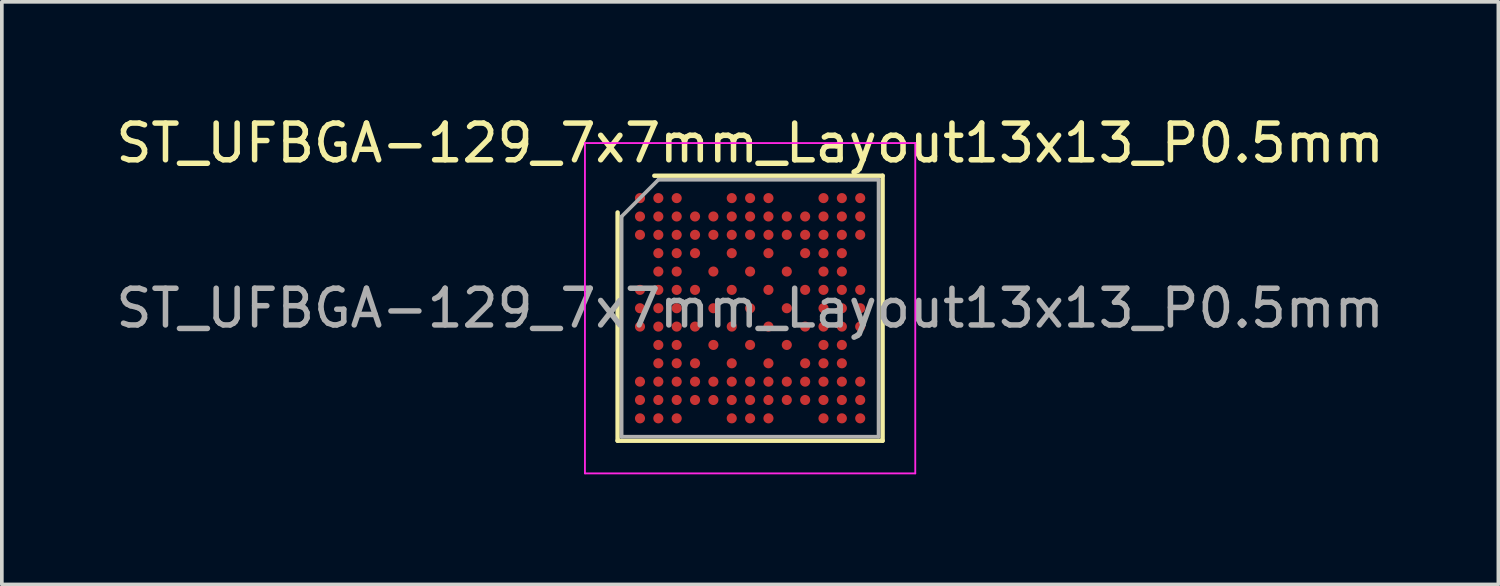
<source format=kicad_pcb>
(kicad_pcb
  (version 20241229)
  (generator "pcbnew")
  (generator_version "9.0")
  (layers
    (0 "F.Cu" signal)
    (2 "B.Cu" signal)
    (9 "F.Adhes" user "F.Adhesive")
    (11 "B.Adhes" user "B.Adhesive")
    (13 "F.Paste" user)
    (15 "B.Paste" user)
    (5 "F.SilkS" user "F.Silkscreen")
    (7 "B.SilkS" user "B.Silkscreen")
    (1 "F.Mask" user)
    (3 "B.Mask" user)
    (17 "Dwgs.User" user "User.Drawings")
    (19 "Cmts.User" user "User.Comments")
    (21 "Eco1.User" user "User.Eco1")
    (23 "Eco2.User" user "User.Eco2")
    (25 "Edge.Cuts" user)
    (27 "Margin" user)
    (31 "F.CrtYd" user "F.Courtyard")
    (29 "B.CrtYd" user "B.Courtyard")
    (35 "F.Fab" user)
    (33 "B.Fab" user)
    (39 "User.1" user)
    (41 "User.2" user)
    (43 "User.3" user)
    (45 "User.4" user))
  (footprint "ST_UFBGA-129_7x7mm_Layout13x13_P0.5mm"
    (layer "F.Cu")
    (at 17.387 5.348)
    (property "Reference" "ST_UFBGA-129_7x7mm_Layout13x13_P0.5mm" (at 0 -4.5 0) (layer "F.SilkS") (effects (font (size 1 1) (thickness 0.15))))
    (attr smd)
    (fp_line (start -3.61 3.61) (end -3.61 -2.61) (stroke (width 0.12) (type solid)) (layer "F.SilkS"))
    (fp_line (start -2.61 -3.61) (end 3.61 -3.61) (stroke (width 0.12) (type solid)) (layer "F.SilkS"))
    (fp_line (start 3.61 -3.61) (end 3.61 3.61) (stroke (width 0.12) (type solid)) (layer "F.SilkS"))
    (fp_line (start 3.61 3.61) (end -3.61 3.61) (stroke (width 0.12) (type solid)) (layer "F.SilkS"))
    (fp_line (start -4.5 -4.5) (end -4.5 4.5) (stroke (width 0.05) (type solid)) (layer "F.CrtYd"))
    (fp_line (start -4.5 4.5) (end 4.5 4.5) (stroke (width 0.05) (type solid)) (layer "F.CrtYd"))
    (fp_line (start 4.5 -4.5) (end -4.5 -4.5) (stroke (width 0.05) (type solid)) (layer "F.CrtYd"))
    (fp_line (start 4.5 4.5) (end 4.5 -4.5) (stroke (width 0.05) (type solid)) (layer "F.CrtYd"))
    (fp_line (start -3.5 -2.5) (end -2.5 -3.5) (stroke (width 0.1) (type solid)) (layer "F.Fab"))
    (fp_line (start -3.5 3.5) (end -3.5 -2.5) (stroke (width 0.1) (type solid)) (layer "F.Fab"))
    (fp_line (start -2.5 -3.5) (end 3.5 -3.5) (stroke (width 0.1) (type solid)) (layer "F.Fab"))
    (fp_line (start 3.5 -3.5) (end 3.5 3.5) (stroke (width 0.1) (type solid)) (layer "F.Fab"))
    (fp_line (start 3.5 3.5) (end -3.5 3.5) (stroke (width 0.1) (type solid)) (layer "F.Fab"))
    (fp_text user "${REFERENCE}" (at 0 0 0) (layer "F.Fab") (effects (font (size 1 1) (thickness 0.15))))
    (pad "A1" smd circle (at -3 -3) (size 0.275 0.275) (layers "F.Cu" "F.Mask" "F.Paste"))
    (pad "A2" smd circle (at -2.5 -3) (size 0.275 0.275) (layers "F.Cu" "F.Mask" "F.Paste"))
    (pad "A3" smd circle (at -2 -3) (size 0.275 0.275) (layers "F.Cu" "F.Mask" "F.Paste"))
    (pad "A6" smd circle (at -0.5 -3) (size 0.275 0.275) (layers "F.Cu" "F.Mask" "F.Paste"))
    (pad "A7" smd circle (at 0 -3) (size 0.275 0.275) (layers "F.Cu" "F.Mask" "F.Paste"))
    (pad "A8" smd circle (at 0.5 -3) (size 0.275 0.275) (layers "F.Cu" "F.Mask" "F.Paste"))
    (pad "A11" smd circle (at 2 -3) (size 0.275 0.275) (layers "F.Cu" "F.Mask" "F.Paste"))
    (pad "A12" smd circle (at 2.5 -3) (size 0.275 0.275) (layers "F.Cu" "F.Mask" "F.Paste"))
    (pad "A13" smd circle (at 3 -3) (size 0.275 0.275) (layers "F.Cu" "F.Mask" "F.Paste"))
    (pad "B1" smd circle (at -3 -2.5) (size 0.275 0.275) (layers "F.Cu" "F.Mask" "F.Paste"))
    (pad "B2" smd circle (at -2.5 -2.5) (size 0.275 0.275) (layers "F.Cu" "F.Mask" "F.Paste"))
    (pad "B3" smd circle (at -2 -2.5) (size 0.275 0.275) (layers "F.Cu" "F.Mask" "F.Paste"))
    (pad "B4" smd circle (at -1.5 -2.5) (size 0.275 0.275) (layers "F.Cu" "F.Mask" "F.Paste"))
    (pad "B5" smd circle (at -1 -2.5) (size 0.275 0.275) (layers "F.Cu" "F.Mask" "F.Paste"))
    (pad "B6" smd circle (at -0.5 -2.5) (size 0.275 0.275) (layers "F.Cu" "F.Mask" "F.Paste"))
    (pad "B7" smd circle (at 0 -2.5) (size 0.275 0.275) (layers "F.Cu" "F.Mask" "F.Paste"))
    (pad "B8" smd circle (at 0.5 -2.5) (size 0.275 0.275) (layers "F.Cu" "F.Mask" "F.Paste"))
    (pad "B9" smd circle (at 1 -2.5) (size 0.275 0.275) (layers "F.Cu" "F.Mask" "F.Paste"))
    (pad "B10" smd circle (at 1.5 -2.5) (size 0.275 0.275) (layers "F.Cu" "F.Mask" "F.Paste"))
    (pad "B11" smd circle (at 2 -2.5) (size 0.275 0.275) (layers "F.Cu" "F.Mask" "F.Paste"))
    (pad "B12" smd circle (at 2.5 -2.5) (size 0.275 0.275) (layers "F.Cu" "F.Mask" "F.Paste"))
    (pad "B13" smd circle (at 3 -2.5) (size 0.275 0.275) (layers "F.Cu" "F.Mask" "F.Paste"))
    (pad "C1" smd circle (at -3 -2) (size 0.275 0.275) (layers "F.Cu" "F.Mask" "F.Paste"))
    (pad "C2" smd circle (at -2.5 -2) (size 0.275 0.275) (layers "F.Cu" "F.Mask" "F.Paste"))
    (pad "C3" smd circle (at -2 -2) (size 0.275 0.275) (layers "F.Cu" "F.Mask" "F.Paste"))
    (pad "C4" smd circle (at -1.5 -2) (size 0.275 0.275) (layers "F.Cu" "F.Mask" "F.Paste"))
    (pad "C5" smd circle (at -1 -2) (size 0.275 0.275) (layers "F.Cu" "F.Mask" "F.Paste"))
    (pad "C6" smd circle (at -0.5 -2) (size 0.275 0.275) (layers "F.Cu" "F.Mask" "F.Paste"))
    (pad "C7" smd circle (at 0 -2) (size 0.275 0.275) (layers "F.Cu" "F.Mask" "F.Paste"))
    (pad "C8" smd circle (at 0.5 -2) (size 0.275 0.275) (layers "F.Cu" "F.Mask" "F.Paste"))
    (pad "C9" smd circle (at 1 -2) (size 0.275 0.275) (layers "F.Cu" "F.Mask" "F.Paste"))
    (pad "C10" smd circle (at 1.5 -2) (size 0.275 0.275) (layers "F.Cu" "F.Mask" "F.Paste"))
    (pad "C11" smd circle (at 2 -2) (size 0.275 0.275) (layers "F.Cu" "F.Mask" "F.Paste"))
    (pad "C12" smd circle (at 2.5 -2) (size 0.275 0.275) (layers "F.Cu" "F.Mask" "F.Paste"))
    (pad "C13" smd circle (at 3 -2) (size 0.275 0.275) (layers "F.Cu" "F.Mask" "F.Paste"))
    (pad "D2" smd circle (at -2.5 -1.5) (size 0.275 0.275) (layers "F.Cu" "F.Mask" "F.Paste"))
    (pad "D3" smd circle (at -2 -1.5) (size 0.275 0.275) (layers "F.Cu" "F.Mask" "F.Paste"))
    (pad "D4" smd circle (at -1.5 -1.5) (size 0.275 0.275) (layers "F.Cu" "F.Mask" "F.Paste"))
    (pad "D6" smd circle (at -0.5 -1.5) (size 0.275 0.275) (layers "F.Cu" "F.Mask" "F.Paste"))
    (pad "D8" smd circle (at 0.5 -1.5) (size 0.275 0.275) (layers "F.Cu" "F.Mask" "F.Paste"))
    (pad "D10" smd circle (at 1.5 -1.5) (size 0.275 0.275) (layers "F.Cu" "F.Mask" "F.Paste"))
    (pad "D11" smd circle (at 2 -1.5) (size 0.275 0.275) (layers "F.Cu" "F.Mask" "F.Paste"))
    (pad "D12" smd circle (at 2.5 -1.5) (size 0.275 0.275) (layers "F.Cu" "F.Mask" "F.Paste"))
    (pad "E2" smd circle (at -2.5 -1) (size 0.275 0.275) (layers "F.Cu" "F.Mask" "F.Paste"))
    (pad "E3" smd circle (at -2 -1) (size 0.275 0.275) (layers "F.Cu" "F.Mask" "F.Paste"))
    (pad "E5" smd circle (at -1 -1) (size 0.275 0.275) (layers "F.Cu" "F.Mask" "F.Paste"))
    (pad "E7" smd circle (at 0 -1) (size 0.275 0.275) (layers "F.Cu" "F.Mask" "F.Paste"))
    (pad "E9" smd circle (at 1 -1) (size 0.275 0.275) (layers "F.Cu" "F.Mask" "F.Paste"))
    (pad "E11" smd circle (at 2 -1) (size 0.275 0.275) (layers "F.Cu" "F.Mask" "F.Paste"))
    (pad "E12" smd circle (at 2.5 -1) (size 0.275 0.275) (layers "F.Cu" "F.Mask" "F.Paste"))
    (pad "F1" smd circle (at -3 -0.5) (size 0.275 0.275) (layers "F.Cu" "F.Mask" "F.Paste"))
    (pad "F2" smd circle (at -2.5 -0.5) (size 0.275 0.275) (layers "F.Cu" "F.Mask" "F.Paste"))
    (pad "F3" smd circle (at -2 -0.5) (size 0.275 0.275) (layers "F.Cu" "F.Mask" "F.Paste"))
    (pad "F4" smd circle (at -1.5 -0.5) (size 0.275 0.275) (layers "F.Cu" "F.Mask" "F.Paste"))
    (pad "F6" smd circle (at -0.5 -0.5) (size 0.275 0.275) (layers "F.Cu" "F.Mask" "F.Paste"))
    (pad "F8" smd circle (at 0.5 -0.5) (size 0.275 0.275) (layers "F.Cu" "F.Mask" "F.Paste"))
    (pad "F10" smd circle (at 1.5 -0.5) (size 0.275 0.275) (layers "F.Cu" "F.Mask" "F.Paste"))
    (pad "F11" smd circle (at 2 -0.5) (size 0.275 0.275) (layers "F.Cu" "F.Mask" "F.Paste"))
    (pad "F12" smd circle (at 2.5 -0.5) (size 0.275 0.275) (layers "F.Cu" "F.Mask" "F.Paste"))
    (pad "F13" smd circle (at 3 -0.5) (size 0.275 0.275) (layers "F.Cu" "F.Mask" "F.Paste"))
    (pad "G1" smd circle (at -3 0) (size 0.275 0.275) (layers "F.Cu" "F.Mask" "F.Paste"))
    (pad "G2" smd circle (at -2.5 0) (size 0.275 0.275) (layers "F.Cu" "F.Mask" "F.Paste"))
    (pad "G3" smd circle (at -2 0) (size 0.275 0.275) (layers "F.Cu" "F.Mask" "F.Paste"))
    (pad "G5" smd circle (at -1 0) (size 0.275 0.275) (layers "F.Cu" "F.Mask" "F.Paste"))
    (pad "G7" smd circle (at 0 0) (size 0.275 0.275) (layers "F.Cu" "F.Mask" "F.Paste"))
    (pad "G9" smd circle (at 1 0) (size 0.275 0.275) (layers "F.Cu" "F.Mask" "F.Paste"))
    (pad "G11" smd circle (at 2 0) (size 0.275 0.275) (layers "F.Cu" "F.Mask" "F.Paste"))
    (pad "G12" smd circle (at 2.5 0) (size 0.275 0.275) (layers "F.Cu" "F.Mask" "F.Paste"))
    (pad "G13" smd circle (at 3 0) (size 0.275 0.275) (layers "F.Cu" "F.Mask" "F.Paste"))
    (pad "H1" smd circle (at -3 0.5) (size 0.275 0.275) (layers "F.Cu" "F.Mask" "F.Paste"))
    (pad "H2" smd circle (at -2.5 0.5) (size 0.275 0.275) (layers "F.Cu" "F.Mask" "F.Paste"))
    (pad "H3" smd circle (at -2 0.5) (size 0.275 0.275) (layers "F.Cu" "F.Mask" "F.Paste"))
    (pad "H4" smd circle (at -1.5 0.5) (size 0.275 0.275) (layers "F.Cu" "F.Mask" "F.Paste"))
    (pad "H6" smd circle (at -0.5 0.5) (size 0.275 0.275) (layers "F.Cu" "F.Mask" "F.Paste"))
    (pad "H8" smd circle (at 0.5 0.5) (size 0.275 0.275) (layers "F.Cu" "F.Mask" "F.Paste"))
    (pad "H10" smd circle (at 1.5 0.5) (size 0.275 0.275) (layers "F.Cu" "F.Mask" "F.Paste"))
    (pad "H11" smd circle (at 2 0.5) (size 0.275 0.275) (layers "F.Cu" "F.Mask" "F.Paste"))
    (pad "H12" smd circle (at 2.5 0.5) (size 0.275 0.275) (layers "F.Cu" "F.Mask" "F.Paste"))
    (pad "H13" smd circle (at 3 0.5) (size 0.275 0.275) (layers "F.Cu" "F.Mask" "F.Paste"))
    (pad "J2" smd circle (at -2.5 1) (size 0.275 0.275) (layers "F.Cu" "F.Mask" "F.Paste"))
    (pad "J3" smd circle (at -2 1) (size 0.275 0.275) (layers "F.Cu" "F.Mask" "F.Paste"))
    (pad "J5" smd circle (at -1 1) (size 0.275 0.275) (layers "F.Cu" "F.Mask" "F.Paste"))
    (pad "J7" smd circle (at 0 1) (size 0.275 0.275) (layers "F.Cu" "F.Mask" "F.Paste"))
    (pad "J9" smd circle (at 1 1) (size 0.275 0.275) (layers "F.Cu" "F.Mask" "F.Paste"))
    (pad "J11" smd circle (at 2 1) (size 0.275 0.275) (layers "F.Cu" "F.Mask" "F.Paste"))
    (pad "J12" smd circle (at 2.5 1) (size 0.275 0.275) (layers "F.Cu" "F.Mask" "F.Paste"))
    (pad "K2" smd circle (at -2.5 1.5) (size 0.275 0.275) (layers "F.Cu" "F.Mask" "F.Paste"))
    (pad "K3" smd circle (at -2 1.5) (size 0.275 0.275) (layers "F.Cu" "F.Mask" "F.Paste"))
    (pad "K4" smd circle (at -1.5 1.5) (size 0.275 0.275) (layers "F.Cu" "F.Mask" "F.Paste"))
    (pad "K6" smd circle (at -0.5 1.5) (size 0.275 0.275) (layers "F.Cu" "F.Mask" "F.Paste"))
    (pad "K8" smd circle (at 0.5 1.5) (size 0.275 0.275) (layers "F.Cu" "F.Mask" "F.Paste"))
    (pad "K10" smd circle (at 1.5 1.5) (size 0.275 0.275) (layers "F.Cu" "F.Mask" "F.Paste"))
    (pad "K11" smd circle (at 2 1.5) (size 0.275 0.275) (layers "F.Cu" "F.Mask" "F.Paste"))
    (pad "K12" smd circle (at 2.5 1.5) (size 0.275 0.275) (layers "F.Cu" "F.Mask" "F.Paste"))
    (pad "L1" smd circle (at -3 2) (size 0.275 0.275) (layers "F.Cu" "F.Mask" "F.Paste"))
    (pad "L2" smd circle (at -2.5 2) (size 0.275 0.275) (layers "F.Cu" "F.Mask" "F.Paste"))
    (pad "L3" smd circle (at -2 2) (size 0.275 0.275) (layers "F.Cu" "F.Mask" "F.Paste"))
    (pad "L4" smd circle (at -1.5 2) (size 0.275 0.275) (layers "F.Cu" "F.Mask" "F.Paste"))
    (pad "L5" smd circle (at -1 2) (size 0.275 0.275) (layers "F.Cu" "F.Mask" "F.Paste"))
    (pad "L6" smd circle (at -0.5 2) (size 0.275 0.275) (layers "F.Cu" "F.Mask" "F.Paste"))
    (pad "L7" smd circle (at 0 2) (size 0.275 0.275) (layers "F.Cu" "F.Mask" "F.Paste"))
    (pad "L8" smd circle (at 0.5 2) (size 0.275 0.275) (layers "F.Cu" "F.Mask" "F.Paste"))
    (pad "L9" smd circle (at 1 2) (size 0.275 0.275) (layers "F.Cu" "F.Mask" "F.Paste"))
    (pad "L10" smd circle (at 1.5 2) (size 0.275 0.275) (layers "F.Cu" "F.Mask" "F.Paste"))
    (pad "L11" smd circle (at 2 2) (size 0.275 0.275) (layers "F.Cu" "F.Mask" "F.Paste"))
    (pad "L12" smd circle (at 2.5 2) (size 0.275 0.275) (layers "F.Cu" "F.Mask" "F.Paste"))
    (pad "L13" smd circle (at 3 2) (size 0.275 0.275) (layers "F.Cu" "F.Mask" "F.Paste"))
    (pad "M1" smd circle (at -3 2.5) (size 0.275 0.275) (layers "F.Cu" "F.Mask" "F.Paste"))
    (pad "M2" smd circle (at -2.5 2.5) (size 0.275 0.275) (layers "F.Cu" "F.Mask" "F.Paste"))
    (pad "M3" smd circle (at -2 2.5) (size 0.275 0.275) (layers "F.Cu" "F.Mask" "F.Paste"))
    (pad "M4" smd circle (at -1.5 2.5) (size 0.275 0.275) (layers "F.Cu" "F.Mask" "F.Paste"))
    (pad "M5" smd circle (at -1 2.5) (size 0.275 0.275) (layers "F.Cu" "F.Mask" "F.Paste"))
    (pad "M6" smd circle (at -0.5 2.5) (size 0.275 0.275) (layers "F.Cu" "F.Mask" "F.Paste"))
    (pad "M7" smd circle (at 0 2.5) (size 0.275 0.275) (layers "F.Cu" "F.Mask" "F.Paste"))
    (pad "M8" smd circle (at 0.5 2.5) (size 0.275 0.275) (layers "F.Cu" "F.Mask" "F.Paste"))
    (pad "M9" smd circle (at 1 2.5) (size 0.275 0.275) (layers "F.Cu" "F.Mask" "F.Paste"))
    (pad "M10" smd circle (at 1.5 2.5) (size 0.275 0.275) (layers "F.Cu" "F.Mask" "F.Paste"))
    (pad "M11" smd circle (at 2 2.5) (size 0.275 0.275) (layers "F.Cu" "F.Mask" "F.Paste"))
    (pad "M12" smd circle (at 2.5 2.5) (size 0.275 0.275) (layers "F.Cu" "F.Mask" "F.Paste"))
    (pad "M13" smd circle (at 3 2.5) (size 0.275 0.275) (layers "F.Cu" "F.Mask" "F.Paste"))
    (pad "N1" smd circle (at -3 3) (size 0.275 0.275) (layers "F.Cu" "F.Mask" "F.Paste"))
    (pad "N2" smd circle (at -2.5 3) (size 0.275 0.275) (layers "F.Cu" "F.Mask" "F.Paste"))
    (pad "N3" smd circle (at -2 3) (size 0.275 0.275) (layers "F.Cu" "F.Mask" "F.Paste"))
    (pad "N6" smd circle (at -0.5 3) (size 0.275 0.275) (layers "F.Cu" "F.Mask" "F.Paste"))
    (pad "N7" smd circle (at 0 3) (size 0.275 0.275) (layers "F.Cu" "F.Mask" "F.Paste"))
    (pad "N8" smd circle (at 0.5 3) (size 0.275 0.275) (layers "F.Cu" "F.Mask" "F.Paste"))
    (pad "N11" smd circle (at 2 3) (size 0.275 0.275) (layers "F.Cu" "F.Mask" "F.Paste"))
    (pad "N12" smd circle (at 2.5 3) (size 0.275 0.275) (layers "F.Cu" "F.Mask" "F.Paste"))
    (pad "N13" smd circle (at 3 3) (size 0.275 0.275) (layers "F.Cu" "F.Mask" "F.Paste")))
  (gr_rect
    (start -3 -3)
    (end 37.774 12.873)
    (stroke (width 0.1) (type default))
    (fill no)
    (layer "Edge.Cuts")))
</source>
